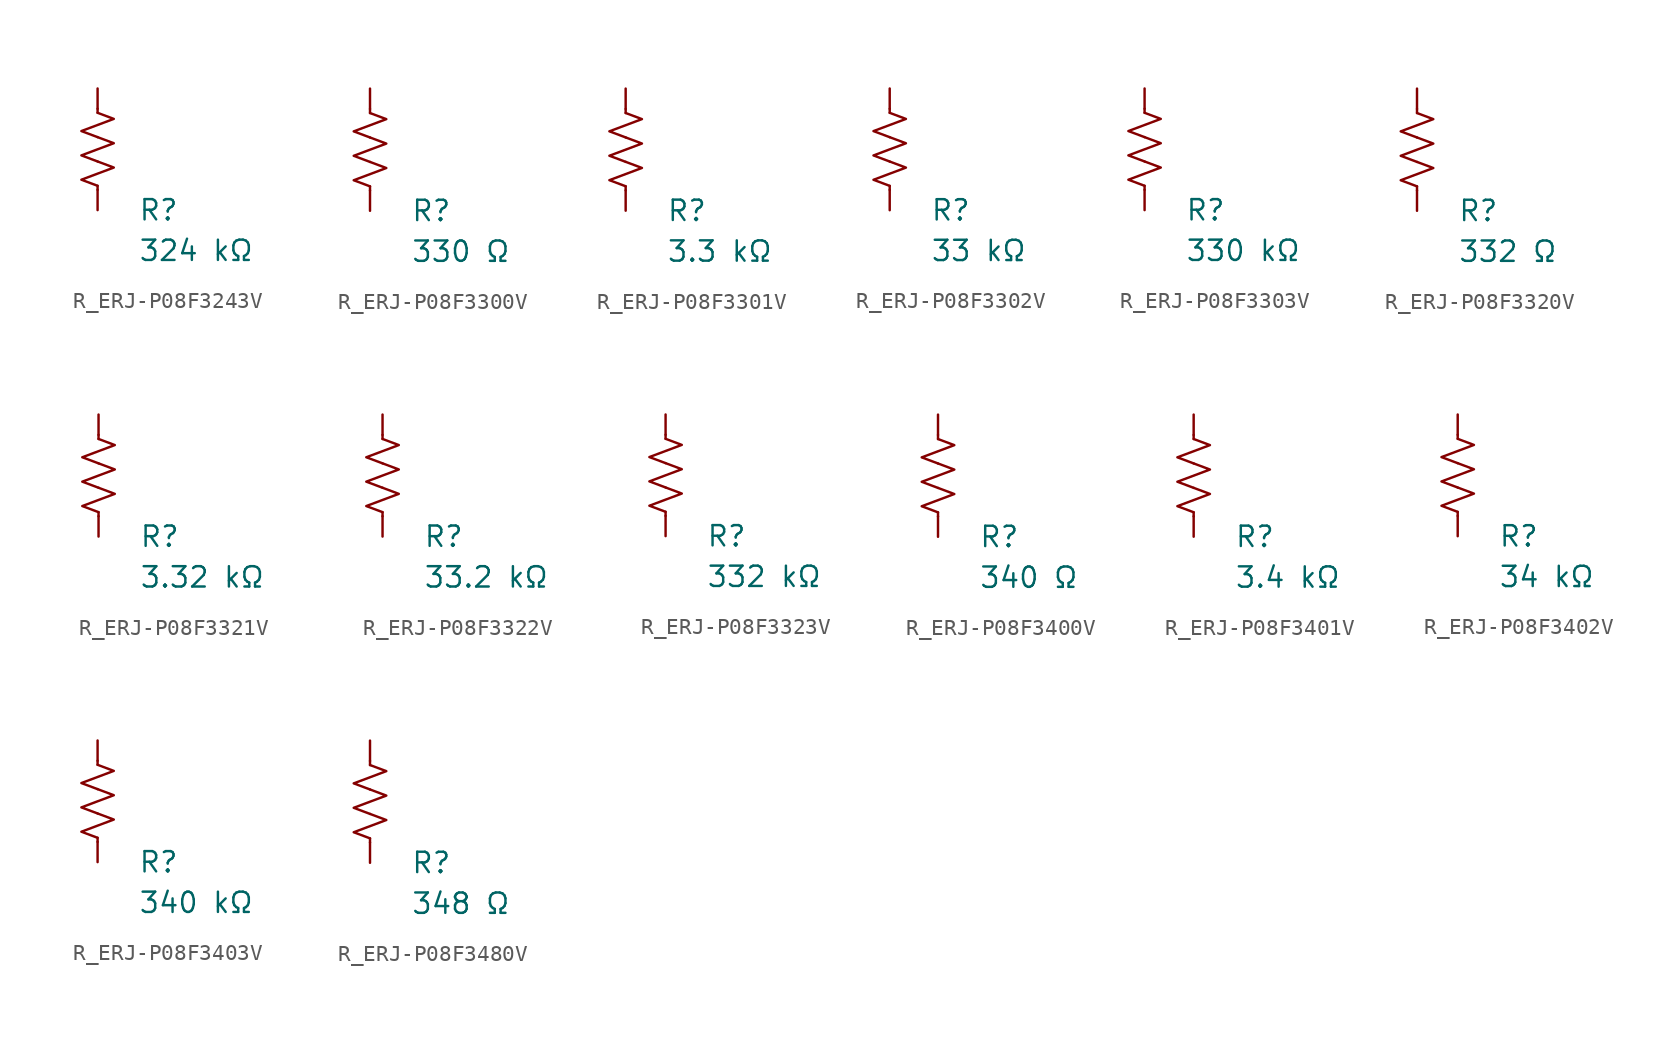
<source format=kicad_sym>
(kicad_symbol_lib
  (version 20231120)
  (generator "kicad_symbol_editor")
  (generator_version "8.0")
  (symbol "R_ERJ-P08F3243V"
    (pin_numbers hide)
    (pin_names
      (offset 0))
    (property "Reference" "R"
      (at 2.54 -3.81 0)
      (effects (font (size 1.27 1.27)) (justify left))
      (show_name no))
    (property "Value" "324 kΩ"
      (at 2.54 -6.35 0)
      (effects (font (size 1.27 1.27)) (justify left))
      (show_name no))
    (symbol "R_ERJ-P08F3243V_0_1"
      (polyline (pts (xy 0 -2.286) (xy 0 -2.54)) (stroke (width 0) (type default)) (fill (type none)))
      (polyline (pts (xy 0 2.286) (xy 0 2.54)) (stroke (width 0) (type default)) (fill (type none)))
      (polyline (pts (xy 0 -0.762) (xy 1.016 -1.143) (xy 0 -1.524) (xy -1.016 -1.905) (xy 0 -2.286)) (stroke (width 0) (type default)) (fill (type none)))
      (polyline (pts (xy 0 0.762) (xy 1.016 0.381) (xy 0 0) (xy -1.016 -0.381) (xy 0 -0.762)) (stroke (width 0) (type default)) (fill (type none)))
      (polyline (pts (xy 0 2.286) (xy 1.016 1.905) (xy 0 1.524) (xy -1.016 1.143) (xy 0 0.762)) (stroke (width 0) (type default)) (fill (type none))))
    (symbol "R_ERJ-P08F3243V_1_1"
      (pin passive line (at 0 3.81 270) (length 1.27) (name "~" (effects (font (size 1.27 1.27)))) (number "1" (effects (font (size 1.27 1.27)))))
      (pin passive line (at 0 -3.81 90) (length 1.27) (name "~" (effects (font (size 1.27 1.27)))) (number "2" (effects (font (size 1.27 1.27)))))))
  (symbol "R_ERJ-P08F3300V"
    (pin_numbers hide)
    (pin_names
      (offset 0))
    (property "Reference" "R"
      (at 2.54 -3.81 0)
      (effects (font (size 1.27 1.27)) (justify left))
      (show_name no))
    (property "Value" "330 Ω"
      (at 2.54 -6.35 0)
      (effects (font (size 1.27 1.27)) (justify left))
      (show_name no))
    (symbol "R_ERJ-P08F3300V_0_1"
      (polyline (pts (xy 0 -2.286) (xy 0 -2.54)) (stroke (width 0) (type default)) (fill (type none)))
      (polyline (pts (xy 0 2.286) (xy 0 2.54)) (stroke (width 0) (type default)) (fill (type none)))
      (polyline (pts (xy 0 -0.762) (xy 1.016 -1.143) (xy 0 -1.524) (xy -1.016 -1.905) (xy 0 -2.286)) (stroke (width 0) (type default)) (fill (type none)))
      (polyline (pts (xy 0 0.762) (xy 1.016 0.381) (xy 0 0) (xy -1.016 -0.381) (xy 0 -0.762)) (stroke (width 0) (type default)) (fill (type none)))
      (polyline (pts (xy 0 2.286) (xy 1.016 1.905) (xy 0 1.524) (xy -1.016 1.143) (xy 0 0.762)) (stroke (width 0) (type default)) (fill (type none))))
    (symbol "R_ERJ-P08F3300V_1_1"
      (pin passive line (at 0 3.81 270) (length 1.27) (name "~" (effects (font (size 1.27 1.27)))) (number "1" (effects (font (size 1.27 1.27)))))
      (pin passive line (at 0 -3.81 90) (length 1.27) (name "~" (effects (font (size 1.27 1.27)))) (number "2" (effects (font (size 1.27 1.27)))))))
  (symbol "R_ERJ-P08F3301V"
    (pin_numbers hide)
    (pin_names
      (offset 0))
    (property "Reference" "R"
      (at 2.54 -3.81 0)
      (effects (font (size 1.27 1.27)) (justify left))
      (show_name no))
    (property "Value" "3.3 kΩ"
      (at 2.54 -6.35 0)
      (effects (font (size 1.27 1.27)) (justify left))
      (show_name no))
    (symbol "R_ERJ-P08F3301V_0_1"
      (polyline (pts (xy 0 -2.286) (xy 0 -2.54)) (stroke (width 0) (type default)) (fill (type none)))
      (polyline (pts (xy 0 2.286) (xy 0 2.54)) (stroke (width 0) (type default)) (fill (type none)))
      (polyline (pts (xy 0 -0.762) (xy 1.016 -1.143) (xy 0 -1.524) (xy -1.016 -1.905) (xy 0 -2.286)) (stroke (width 0) (type default)) (fill (type none)))
      (polyline (pts (xy 0 0.762) (xy 1.016 0.381) (xy 0 0) (xy -1.016 -0.381) (xy 0 -0.762)) (stroke (width 0) (type default)) (fill (type none)))
      (polyline (pts (xy 0 2.286) (xy 1.016 1.905) (xy 0 1.524) (xy -1.016 1.143) (xy 0 0.762)) (stroke (width 0) (type default)) (fill (type none))))
    (symbol "R_ERJ-P08F3301V_1_1"
      (pin passive line (at 0 3.81 270) (length 1.27) (name "~" (effects (font (size 1.27 1.27)))) (number "1" (effects (font (size 1.27 1.27)))))
      (pin passive line (at 0 -3.81 90) (length 1.27) (name "~" (effects (font (size 1.27 1.27)))) (number "2" (effects (font (size 1.27 1.27)))))))
  (symbol "R_ERJ-P08F3302V"
    (pin_numbers hide)
    (pin_names
      (offset 0))
    (property "Reference" "R"
      (at 2.54 -3.81 0)
      (effects (font (size 1.27 1.27)) (justify left))
      (show_name no))
    (property "Value" "33 kΩ"
      (at 2.54 -6.35 0)
      (effects (font (size 1.27 1.27)) (justify left))
      (show_name no))
    (symbol "R_ERJ-P08F3302V_0_1"
      (polyline (pts (xy 0 -2.286) (xy 0 -2.54)) (stroke (width 0) (type default)) (fill (type none)))
      (polyline (pts (xy 0 2.286) (xy 0 2.54)) (stroke (width 0) (type default)) (fill (type none)))
      (polyline (pts (xy 0 -0.762) (xy 1.016 -1.143) (xy 0 -1.524) (xy -1.016 -1.905) (xy 0 -2.286)) (stroke (width 0) (type default)) (fill (type none)))
      (polyline (pts (xy 0 0.762) (xy 1.016 0.381) (xy 0 0) (xy -1.016 -0.381) (xy 0 -0.762)) (stroke (width 0) (type default)) (fill (type none)))
      (polyline (pts (xy 0 2.286) (xy 1.016 1.905) (xy 0 1.524) (xy -1.016 1.143) (xy 0 0.762)) (stroke (width 0) (type default)) (fill (type none))))
    (symbol "R_ERJ-P08F3302V_1_1"
      (pin passive line (at 0 3.81 270) (length 1.27) (name "~" (effects (font (size 1.27 1.27)))) (number "1" (effects (font (size 1.27 1.27)))))
      (pin passive line (at 0 -3.81 90) (length 1.27) (name "~" (effects (font (size 1.27 1.27)))) (number "2" (effects (font (size 1.27 1.27)))))))
  (symbol "R_ERJ-P08F3303V"
    (pin_numbers hide)
    (pin_names
      (offset 0))
    (property "Reference" "R"
      (at 2.54 -3.81 0)
      (effects (font (size 1.27 1.27)) (justify left))
      (show_name no))
    (property "Value" "330 kΩ"
      (at 2.54 -6.35 0)
      (effects (font (size 1.27 1.27)) (justify left))
      (show_name no))
    (symbol "R_ERJ-P08F3303V_0_1"
      (polyline (pts (xy 0 -2.286) (xy 0 -2.54)) (stroke (width 0) (type default)) (fill (type none)))
      (polyline (pts (xy 0 2.286) (xy 0 2.54)) (stroke (width 0) (type default)) (fill (type none)))
      (polyline (pts (xy 0 -0.762) (xy 1.016 -1.143) (xy 0 -1.524) (xy -1.016 -1.905) (xy 0 -2.286)) (stroke (width 0) (type default)) (fill (type none)))
      (polyline (pts (xy 0 0.762) (xy 1.016 0.381) (xy 0 0) (xy -1.016 -0.381) (xy 0 -0.762)) (stroke (width 0) (type default)) (fill (type none)))
      (polyline (pts (xy 0 2.286) (xy 1.016 1.905) (xy 0 1.524) (xy -1.016 1.143) (xy 0 0.762)) (stroke (width 0) (type default)) (fill (type none))))
    (symbol "R_ERJ-P08F3303V_1_1"
      (pin passive line (at 0 3.81 270) (length 1.27) (name "~" (effects (font (size 1.27 1.27)))) (number "1" (effects (font (size 1.27 1.27)))))
      (pin passive line (at 0 -3.81 90) (length 1.27) (name "~" (effects (font (size 1.27 1.27)))) (number "2" (effects (font (size 1.27 1.27)))))))
  (symbol "R_ERJ-P08F3320V"
    (pin_numbers hide)
    (pin_names
      (offset 0))
    (property "Reference" "R"
      (at 2.54 -3.81 0)
      (effects (font (size 1.27 1.27)) (justify left))
      (show_name no))
    (property "Value" "332 Ω"
      (at 2.54 -6.35 0)
      (effects (font (size 1.27 1.27)) (justify left))
      (show_name no))
    (symbol "R_ERJ-P08F3320V_0_1"
      (polyline (pts (xy 0 -2.286) (xy 0 -2.54)) (stroke (width 0) (type default)) (fill (type none)))
      (polyline (pts (xy 0 2.286) (xy 0 2.54)) (stroke (width 0) (type default)) (fill (type none)))
      (polyline (pts (xy 0 -0.762) (xy 1.016 -1.143) (xy 0 -1.524) (xy -1.016 -1.905) (xy 0 -2.286)) (stroke (width 0) (type default)) (fill (type none)))
      (polyline (pts (xy 0 0.762) (xy 1.016 0.381) (xy 0 0) (xy -1.016 -0.381) (xy 0 -0.762)) (stroke (width 0) (type default)) (fill (type none)))
      (polyline (pts (xy 0 2.286) (xy 1.016 1.905) (xy 0 1.524) (xy -1.016 1.143) (xy 0 0.762)) (stroke (width 0) (type default)) (fill (type none))))
    (symbol "R_ERJ-P08F3320V_1_1"
      (pin passive line (at 0 3.81 270) (length 1.27) (name "~" (effects (font (size 1.27 1.27)))) (number "1" (effects (font (size 1.27 1.27)))))
      (pin passive line (at 0 -3.81 90) (length 1.27) (name "~" (effects (font (size 1.27 1.27)))) (number "2" (effects (font (size 1.27 1.27)))))))
  (symbol "R_ERJ-P08F3321V"
    (pin_numbers hide)
    (pin_names
      (offset 0))
    (property "Reference" "R"
      (at 2.54 -3.81 0)
      (effects (font (size 1.27 1.27)) (justify left))
      (show_name no))
    (property "Value" "3.32 kΩ"
      (at 2.54 -6.35 0)
      (effects (font (size 1.27 1.27)) (justify left))
      (show_name no))
    (symbol "R_ERJ-P08F3321V_0_1"
      (polyline (pts (xy 0 -2.286) (xy 0 -2.54)) (stroke (width 0) (type default)) (fill (type none)))
      (polyline (pts (xy 0 2.286) (xy 0 2.54)) (stroke (width 0) (type default)) (fill (type none)))
      (polyline (pts (xy 0 -0.762) (xy 1.016 -1.143) (xy 0 -1.524) (xy -1.016 -1.905) (xy 0 -2.286)) (stroke (width 0) (type default)) (fill (type none)))
      (polyline (pts (xy 0 0.762) (xy 1.016 0.381) (xy 0 0) (xy -1.016 -0.381) (xy 0 -0.762)) (stroke (width 0) (type default)) (fill (type none)))
      (polyline (pts (xy 0 2.286) (xy 1.016 1.905) (xy 0 1.524) (xy -1.016 1.143) (xy 0 0.762)) (stroke (width 0) (type default)) (fill (type none))))
    (symbol "R_ERJ-P08F3321V_1_1"
      (pin passive line (at 0 3.81 270) (length 1.27) (name "~" (effects (font (size 1.27 1.27)))) (number "1" (effects (font (size 1.27 1.27)))))
      (pin passive line (at 0 -3.81 90) (length 1.27) (name "~" (effects (font (size 1.27 1.27)))) (number "2" (effects (font (size 1.27 1.27)))))))
  (symbol "R_ERJ-P08F3322V"
    (pin_numbers hide)
    (pin_names
      (offset 0))
    (property "Reference" "R"
      (at 2.54 -3.81 0)
      (effects (font (size 1.27 1.27)) (justify left))
      (show_name no))
    (property "Value" "33.2 kΩ"
      (at 2.54 -6.35 0)
      (effects (font (size 1.27 1.27)) (justify left))
      (show_name no))
    (symbol "R_ERJ-P08F3322V_0_1"
      (polyline (pts (xy 0 -2.286) (xy 0 -2.54)) (stroke (width 0) (type default)) (fill (type none)))
      (polyline (pts (xy 0 2.286) (xy 0 2.54)) (stroke (width 0) (type default)) (fill (type none)))
      (polyline (pts (xy 0 -0.762) (xy 1.016 -1.143) (xy 0 -1.524) (xy -1.016 -1.905) (xy 0 -2.286)) (stroke (width 0) (type default)) (fill (type none)))
      (polyline (pts (xy 0 0.762) (xy 1.016 0.381) (xy 0 0) (xy -1.016 -0.381) (xy 0 -0.762)) (stroke (width 0) (type default)) (fill (type none)))
      (polyline (pts (xy 0 2.286) (xy 1.016 1.905) (xy 0 1.524) (xy -1.016 1.143) (xy 0 0.762)) (stroke (width 0) (type default)) (fill (type none))))
    (symbol "R_ERJ-P08F3322V_1_1"
      (pin passive line (at 0 3.81 270) (length 1.27) (name "~" (effects (font (size 1.27 1.27)))) (number "1" (effects (font (size 1.27 1.27)))))
      (pin passive line (at 0 -3.81 90) (length 1.27) (name "~" (effects (font (size 1.27 1.27)))) (number "2" (effects (font (size 1.27 1.27)))))))
  (symbol "R_ERJ-P08F3323V"
    (pin_numbers hide)
    (pin_names
      (offset 0))
    (property "Reference" "R"
      (at 2.54 -3.81 0)
      (effects (font (size 1.27 1.27)) (justify left))
      (show_name no))
    (property "Value" "332 kΩ"
      (at 2.54 -6.35 0)
      (effects (font (size 1.27 1.27)) (justify left))
      (show_name no))
    (symbol "R_ERJ-P08F3323V_0_1"
      (polyline (pts (xy 0 -2.286) (xy 0 -2.54)) (stroke (width 0) (type default)) (fill (type none)))
      (polyline (pts (xy 0 2.286) (xy 0 2.54)) (stroke (width 0) (type default)) (fill (type none)))
      (polyline (pts (xy 0 -0.762) (xy 1.016 -1.143) (xy 0 -1.524) (xy -1.016 -1.905) (xy 0 -2.286)) (stroke (width 0) (type default)) (fill (type none)))
      (polyline (pts (xy 0 0.762) (xy 1.016 0.381) (xy 0 0) (xy -1.016 -0.381) (xy 0 -0.762)) (stroke (width 0) (type default)) (fill (type none)))
      (polyline (pts (xy 0 2.286) (xy 1.016 1.905) (xy 0 1.524) (xy -1.016 1.143) (xy 0 0.762)) (stroke (width 0) (type default)) (fill (type none))))
    (symbol "R_ERJ-P08F3323V_1_1"
      (pin passive line (at 0 3.81 270) (length 1.27) (name "~" (effects (font (size 1.27 1.27)))) (number "1" (effects (font (size 1.27 1.27)))))
      (pin passive line (at 0 -3.81 90) (length 1.27) (name "~" (effects (font (size 1.27 1.27)))) (number "2" (effects (font (size 1.27 1.27)))))))
  (symbol "R_ERJ-P08F3400V"
    (pin_numbers hide)
    (pin_names
      (offset 0))
    (property "Reference" "R"
      (at 2.54 -3.81 0)
      (effects (font (size 1.27 1.27)) (justify left))
      (show_name no))
    (property "Value" "340 Ω"
      (at 2.54 -6.35 0)
      (effects (font (size 1.27 1.27)) (justify left))
      (show_name no))
    (symbol "R_ERJ-P08F3400V_0_1"
      (polyline (pts (xy 0 -2.286) (xy 0 -2.54)) (stroke (width 0) (type default)) (fill (type none)))
      (polyline (pts (xy 0 2.286) (xy 0 2.54)) (stroke (width 0) (type default)) (fill (type none)))
      (polyline (pts (xy 0 -0.762) (xy 1.016 -1.143) (xy 0 -1.524) (xy -1.016 -1.905) (xy 0 -2.286)) (stroke (width 0) (type default)) (fill (type none)))
      (polyline (pts (xy 0 0.762) (xy 1.016 0.381) (xy 0 0) (xy -1.016 -0.381) (xy 0 -0.762)) (stroke (width 0) (type default)) (fill (type none)))
      (polyline (pts (xy 0 2.286) (xy 1.016 1.905) (xy 0 1.524) (xy -1.016 1.143) (xy 0 0.762)) (stroke (width 0) (type default)) (fill (type none))))
    (symbol "R_ERJ-P08F3400V_1_1"
      (pin passive line (at 0 3.81 270) (length 1.27) (name "~" (effects (font (size 1.27 1.27)))) (number "1" (effects (font (size 1.27 1.27)))))
      (pin passive line (at 0 -3.81 90) (length 1.27) (name "~" (effects (font (size 1.27 1.27)))) (number "2" (effects (font (size 1.27 1.27)))))))
  (symbol "R_ERJ-P08F3401V"
    (pin_numbers hide)
    (pin_names
      (offset 0))
    (property "Reference" "R"
      (at 2.54 -3.81 0)
      (effects (font (size 1.27 1.27)) (justify left))
      (show_name no))
    (property "Value" "3.4 kΩ"
      (at 2.54 -6.35 0)
      (effects (font (size 1.27 1.27)) (justify left))
      (show_name no))
    (symbol "R_ERJ-P08F3401V_0_1"
      (polyline (pts (xy 0 -2.286) (xy 0 -2.54)) (stroke (width 0) (type default)) (fill (type none)))
      (polyline (pts (xy 0 2.286) (xy 0 2.54)) (stroke (width 0) (type default)) (fill (type none)))
      (polyline (pts (xy 0 -0.762) (xy 1.016 -1.143) (xy 0 -1.524) (xy -1.016 -1.905) (xy 0 -2.286)) (stroke (width 0) (type default)) (fill (type none)))
      (polyline (pts (xy 0 0.762) (xy 1.016 0.381) (xy 0 0) (xy -1.016 -0.381) (xy 0 -0.762)) (stroke (width 0) (type default)) (fill (type none)))
      (polyline (pts (xy 0 2.286) (xy 1.016 1.905) (xy 0 1.524) (xy -1.016 1.143) (xy 0 0.762)) (stroke (width 0) (type default)) (fill (type none))))
    (symbol "R_ERJ-P08F3401V_1_1"
      (pin passive line (at 0 3.81 270) (length 1.27) (name "~" (effects (font (size 1.27 1.27)))) (number "1" (effects (font (size 1.27 1.27)))))
      (pin passive line (at 0 -3.81 90) (length 1.27) (name "~" (effects (font (size 1.27 1.27)))) (number "2" (effects (font (size 1.27 1.27)))))))
  (symbol "R_ERJ-P08F3402V"
    (pin_numbers hide)
    (pin_names
      (offset 0))
    (property "Reference" "R"
      (at 2.54 -3.81 0)
      (effects (font (size 1.27 1.27)) (justify left))
      (show_name no))
    (property "Value" "34 kΩ"
      (at 2.54 -6.35 0)
      (effects (font (size 1.27 1.27)) (justify left))
      (show_name no))
    (symbol "R_ERJ-P08F3402V_0_1"
      (polyline (pts (xy 0 -2.286) (xy 0 -2.54)) (stroke (width 0) (type default)) (fill (type none)))
      (polyline (pts (xy 0 2.286) (xy 0 2.54)) (stroke (width 0) (type default)) (fill (type none)))
      (polyline (pts (xy 0 -0.762) (xy 1.016 -1.143) (xy 0 -1.524) (xy -1.016 -1.905) (xy 0 -2.286)) (stroke (width 0) (type default)) (fill (type none)))
      (polyline (pts (xy 0 0.762) (xy 1.016 0.381) (xy 0 0) (xy -1.016 -0.381) (xy 0 -0.762)) (stroke (width 0) (type default)) (fill (type none)))
      (polyline (pts (xy 0 2.286) (xy 1.016 1.905) (xy 0 1.524) (xy -1.016 1.143) (xy 0 0.762)) (stroke (width 0) (type default)) (fill (type none))))
    (symbol "R_ERJ-P08F3402V_1_1"
      (pin passive line (at 0 3.81 270) (length 1.27) (name "~" (effects (font (size 1.27 1.27)))) (number "1" (effects (font (size 1.27 1.27)))))
      (pin passive line (at 0 -3.81 90) (length 1.27) (name "~" (effects (font (size 1.27 1.27)))) (number "2" (effects (font (size 1.27 1.27)))))))
  (symbol "R_ERJ-P08F3403V"
    (pin_numbers hide)
    (pin_names
      (offset 0))
    (property "Reference" "R"
      (at 2.54 -3.81 0)
      (effects (font (size 1.27 1.27)) (justify left))
      (show_name no))
    (property "Value" "340 kΩ"
      (at 2.54 -6.35 0)
      (effects (font (size 1.27 1.27)) (justify left))
      (show_name no))
    (symbol "R_ERJ-P08F3403V_0_1"
      (polyline (pts (xy 0 -2.286) (xy 0 -2.54)) (stroke (width 0) (type default)) (fill (type none)))
      (polyline (pts (xy 0 2.286) (xy 0 2.54)) (stroke (width 0) (type default)) (fill (type none)))
      (polyline (pts (xy 0 -0.762) (xy 1.016 -1.143) (xy 0 -1.524) (xy -1.016 -1.905) (xy 0 -2.286)) (stroke (width 0) (type default)) (fill (type none)))
      (polyline (pts (xy 0 0.762) (xy 1.016 0.381) (xy 0 0) (xy -1.016 -0.381) (xy 0 -0.762)) (stroke (width 0) (type default)) (fill (type none)))
      (polyline (pts (xy 0 2.286) (xy 1.016 1.905) (xy 0 1.524) (xy -1.016 1.143) (xy 0 0.762)) (stroke (width 0) (type default)) (fill (type none))))
    (symbol "R_ERJ-P08F3403V_1_1"
      (pin passive line (at 0 3.81 270) (length 1.27) (name "~" (effects (font (size 1.27 1.27)))) (number "1" (effects (font (size 1.27 1.27)))))
      (pin passive line (at 0 -3.81 90) (length 1.27) (name "~" (effects (font (size 1.27 1.27)))) (number "2" (effects (font (size 1.27 1.27)))))))
  (symbol "R_ERJ-P08F3480V"
    (pin_numbers hide)
    (pin_names
      (offset 0))
    (property "Reference" "R"
      (at 2.54 -3.81 0)
      (effects (font (size 1.27 1.27)) (justify left))
      (show_name no))
    (property "Value" "348 Ω"
      (at 2.54 -6.35 0)
      (effects (font (size 1.27 1.27)) (justify left))
      (show_name no))
    (symbol "R_ERJ-P08F3480V_0_1"
      (polyline (pts (xy 0 -2.286) (xy 0 -2.54)) (stroke (width 0) (type default)) (fill (type none)))
      (polyline (pts (xy 0 2.286) (xy 0 2.54)) (stroke (width 0) (type default)) (fill (type none)))
      (polyline (pts (xy 0 -0.762) (xy 1.016 -1.143) (xy 0 -1.524) (xy -1.016 -1.905) (xy 0 -2.286)) (stroke (width 0) (type default)) (fill (type none)))
      (polyline (pts (xy 0 0.762) (xy 1.016 0.381) (xy 0 0) (xy -1.016 -0.381) (xy 0 -0.762)) (stroke (width 0) (type default)) (fill (type none)))
      (polyline (pts (xy 0 2.286) (xy 1.016 1.905) (xy 0 1.524) (xy -1.016 1.143) (xy 0 0.762)) (stroke (width 0) (type default)) (fill (type none))))
    (symbol "R_ERJ-P08F3480V_1_1"
      (pin passive line (at 0 3.81 270) (length 1.27) (name "~" (effects (font (size 1.27 1.27)))) (number "1" (effects (font (size 1.27 1.27)))))
      (pin passive line (at 0 -3.81 90) (length 1.27) (name "~" (effects (font (size 1.27 1.27)))) (number "2" (effects (font (size 1.27 1.27))))))))
</source>
